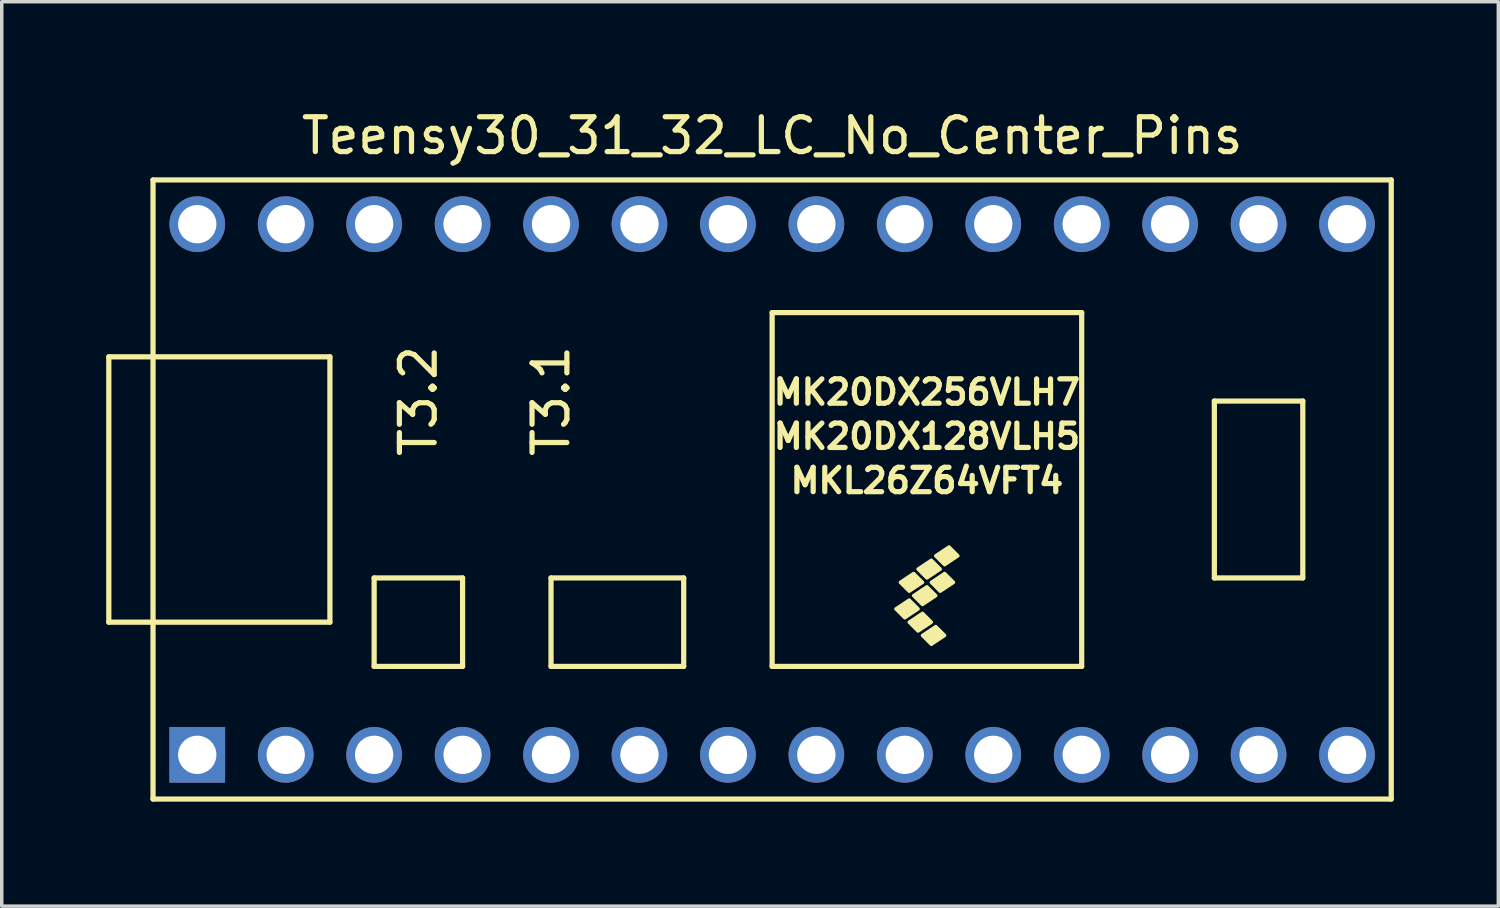
<source format=kicad_pcb>
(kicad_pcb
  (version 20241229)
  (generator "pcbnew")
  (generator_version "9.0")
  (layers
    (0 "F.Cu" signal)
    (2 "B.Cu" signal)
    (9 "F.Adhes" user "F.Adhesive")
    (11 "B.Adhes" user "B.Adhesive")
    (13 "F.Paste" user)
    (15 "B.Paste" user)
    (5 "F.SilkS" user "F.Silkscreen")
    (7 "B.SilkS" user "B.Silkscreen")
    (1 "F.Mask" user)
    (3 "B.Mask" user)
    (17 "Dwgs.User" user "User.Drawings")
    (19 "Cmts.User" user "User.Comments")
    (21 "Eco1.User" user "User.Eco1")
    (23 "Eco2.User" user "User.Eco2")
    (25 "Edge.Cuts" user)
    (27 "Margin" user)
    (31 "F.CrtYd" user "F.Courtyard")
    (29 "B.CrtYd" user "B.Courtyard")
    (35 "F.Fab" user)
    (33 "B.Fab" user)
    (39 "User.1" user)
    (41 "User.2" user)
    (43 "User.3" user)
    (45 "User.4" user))
  (footprint "Teensy30_31_32_LC_No_Center_Pins"
    (layer "F.Cu")
    (at 19.125 11.008)
    (property "Reference" "Teensy30_31_32_LC_No_Center_Pins" (at 0 -10.16 0) (layer "F.SilkS") (effects (font (size 1 1) (thickness 0.15))))
    (attr through_hole)
    (fp_line (start -19.05 -3.81) (end -17.78 -3.81) (stroke (width 0.15) (type solid)) (layer "F.SilkS"))
    (fp_line (start -19.05 3.81) (end -19.05 -3.81) (stroke (width 0.15) (type solid)) (layer "F.SilkS"))
    (fp_line (start -17.78 -8.89) (end 17.78 -8.89) (stroke (width 0.15) (type solid)) (layer "F.SilkS"))
    (fp_line (start -17.78 3.81) (end -19.05 3.81) (stroke (width 0.15) (type solid)) (layer "F.SilkS"))
    (fp_line (start -17.78 8.89) (end -17.78 -8.89) (stroke (width 0.15) (type solid)) (layer "F.SilkS"))
    (fp_line (start -12.7 -3.81) (end -17.78 -3.81) (stroke (width 0.15) (type solid)) (layer "F.SilkS"))
    (fp_line (start -12.7 3.81) (end -17.78 3.81) (stroke (width 0.15) (type solid)) (layer "F.SilkS"))
    (fp_line (start -12.7 3.81) (end -12.7 -3.81) (stroke (width 0.15) (type solid)) (layer "F.SilkS"))
    (fp_line (start -11.43 2.54) (end -11.43 5.08) (stroke (width 0.15) (type solid)) (layer "F.SilkS"))
    (fp_line (start -11.43 5.08) (end -8.89 5.08) (stroke (width 0.15) (type solid)) (layer "F.SilkS"))
    (fp_line (start -8.89 2.54) (end -11.43 2.54) (stroke (width 0.15) (type solid)) (layer "F.SilkS"))
    (fp_line (start -8.89 5.08) (end -8.89 2.54) (stroke (width 0.15) (type solid)) (layer "F.SilkS"))
    (fp_line (start -6.35 2.54) (end -6.35 5.08) (stroke (width 0.15) (type solid)) (layer "F.SilkS"))
    (fp_line (start -6.35 5.08) (end -2.54 5.08) (stroke (width 0.15) (type solid)) (layer "F.SilkS"))
    (fp_line (start -2.54 2.54) (end -6.35 2.54) (stroke (width 0.15) (type solid)) (layer "F.SilkS"))
    (fp_line (start -2.54 5.08) (end -2.54 2.54) (stroke (width 0.15) (type solid)) (layer "F.SilkS"))
    (fp_line (start 0 -5.08) (end 0 5.08) (stroke (width 0.15) (type solid)) (layer "F.SilkS"))
    (fp_line (start 8.89 -5.08) (end 0 -5.08) (stroke (width 0.15) (type solid)) (layer "F.SilkS"))
    (fp_line (start 8.89 5.08) (end 0 5.08) (stroke (width 0.15) (type solid)) (layer "F.SilkS"))
    (fp_line (start 8.89 5.08) (end 8.89 -5.08) (stroke (width 0.15) (type solid)) (layer "F.SilkS"))
    (fp_line (start 12.7 -2.54) (end 15.24 -2.54) (stroke (width 0.15) (type solid)) (layer "F.SilkS"))
    (fp_line (start 12.7 2.54) (end 12.7 -2.54) (stroke (width 0.15) (type solid)) (layer "F.SilkS"))
    (fp_line (start 15.24 -2.54) (end 15.24 2.54) (stroke (width 0.15) (type solid)) (layer "F.SilkS"))
    (fp_line (start 15.24 2.54) (end 12.7 2.54) (stroke (width 0.15) (type solid)) (layer "F.SilkS"))
    (fp_line (start 17.78 -8.89) (end 17.78 8.89) (stroke (width 0.15) (type solid)) (layer "F.SilkS"))
    (fp_line (start 17.78 8.89) (end -17.78 8.89) (stroke (width 0.15) (type solid)) (layer "F.SilkS"))
    (fp_poly (pts (xy 3.81 3.683) (xy 3.556 3.429) (xy 3.937 3.175) (xy 4.191 3.429)) (stroke (width 0.1) (type solid)) (fill yes) (layer "F.SilkS"))
    (fp_poly (pts (xy 3.937 2.921) (xy 3.683 2.667) (xy 4.064 2.413) (xy 4.318 2.667)) (stroke (width 0.1) (type solid)) (fill yes) (layer "F.SilkS"))
    (fp_poly (pts (xy 4.191 4.064) (xy 3.937 3.81) (xy 4.318 3.556) (xy 4.572 3.81)) (stroke (width 0.1) (type solid)) (fill yes) (layer "F.SilkS"))
    (fp_poly (pts (xy 4.318 3.302) (xy 4.064 3.048) (xy 4.445 2.794) (xy 4.699 3.048)) (stroke (width 0.1) (type solid)) (fill yes) (layer "F.SilkS"))
    (fp_poly (pts (xy 4.445 2.54) (xy 4.191 2.286) (xy 4.572 2.032) (xy 4.826 2.286)) (stroke (width 0.1) (type solid)) (fill yes) (layer "F.SilkS"))
    (fp_poly (pts (xy 4.572 4.445) (xy 4.318 4.191) (xy 4.699 3.937) (xy 4.953 4.191)) (stroke (width 0.1) (type solid)) (fill yes) (layer "F.SilkS"))
    (fp_poly (pts (xy 4.826 2.921) (xy 4.572 2.667) (xy 4.953 2.413) (xy 5.207 2.667)) (stroke (width 0.1) (type solid)) (fill yes) (layer "F.SilkS"))
    (fp_poly (pts (xy 4.953 2.159) (xy 4.699 1.905) (xy 5.08 1.651) (xy 5.334 1.905)) (stroke (width 0.1) (type solid)) (fill yes) (layer "F.SilkS"))
    (fp_text user "T3.1" (at -6.35 -2.54 270) (layer "F.SilkS") (effects (font (size 1 1) (thickness 0.15))))
    (fp_text user "MKL26Z64VFT4" (at 4.445 -0.254 0) (layer "F.SilkS") (effects (font (size 0.7 0.7) (thickness 0.15))))
    (fp_text user "MK20DX256VLH7" (at 4.445 -2.794 0) (layer "F.SilkS") (effects (font (size 0.7 0.7) (thickness 0.15))))
    (fp_text user "MK20DX128VLH5" (at 4.445 -1.524 0) (layer "F.SilkS") (effects (font (size 0.7 0.7) (thickness 0.15))))
    (fp_text user "T3.2" (at -10.16 -2.54 270) (layer "F.SilkS") (effects (font (size 1 1) (thickness 0.15))))
    (pad "1" thru_hole rect (at -16.51 7.62) (size 1.6 1.6) (drill 1.1) (layers "*.Cu" "*.Mask"))
    (pad "2" thru_hole circle (at -13.97 7.62) (size 1.6 1.6) (drill 1.1) (layers "*.Cu" "*.Mask"))
    (pad "3" thru_hole circle (at -11.43 7.62) (size 1.6 1.6) (drill 1.1) (layers "*.Cu" "*.Mask"))
    (pad "4" thru_hole circle (at -8.89 7.62) (size 1.6 1.6) (drill 1.1) (layers "*.Cu" "*.Mask"))
    (pad "5" thru_hole circle (at -6.35 7.62) (size 1.6 1.6) (drill 1.1) (layers "*.Cu" "*.Mask"))
    (pad "6" thru_hole circle (at -3.81 7.62) (size 1.6 1.6) (drill 1.1) (layers "*.Cu" "*.Mask"))
    (pad "7" thru_hole circle (at -1.27 7.62) (size 1.6 1.6) (drill 1.1) (layers "*.Cu" "*.Mask"))
    (pad "8" thru_hole circle (at 1.27 7.62) (size 1.6 1.6) (drill 1.1) (layers "*.Cu" "*.Mask"))
    (pad "9" thru_hole circle (at 3.81 7.62) (size 1.6 1.6) (drill 1.1) (layers "*.Cu" "*.Mask"))
    (pad "10" thru_hole circle (at 6.35 7.62) (size 1.6 1.6) (drill 1.1) (layers "*.Cu" "*.Mask"))
    (pad "11" thru_hole circle (at 8.89 7.62) (size 1.6 1.6) (drill 1.1) (layers "*.Cu" "*.Mask"))
    (pad "12" thru_hole circle (at 11.43 7.62) (size 1.6 1.6) (drill 1.1) (layers "*.Cu" "*.Mask"))
    (pad "13" thru_hole circle (at 13.97 7.62) (size 1.6 1.6) (drill 1.1) (layers "*.Cu" "*.Mask"))
    (pad "14" thru_hole circle (at 16.51 7.62) (size 1.6 1.6) (drill 1.1) (layers "*.Cu" "*.Mask"))
    (pad "20" thru_hole circle (at 16.51 -7.62) (size 1.6 1.6) (drill 1.1) (layers "*.Cu" "*.Mask"))
    (pad "21" thru_hole circle (at 13.97 -7.62) (size 1.6 1.6) (drill 1.1) (layers "*.Cu" "*.Mask"))
    (pad "22" thru_hole circle (at 11.43 -7.62) (size 1.6 1.6) (drill 1.1) (layers "*.Cu" "*.Mask"))
    (pad "23" thru_hole circle (at 8.89 -7.62) (size 1.6 1.6) (drill 1.1) (layers "*.Cu" "*.Mask"))
    (pad "24" thru_hole circle (at 6.35 -7.62) (size 1.6 1.6) (drill 1.1) (layers "*.Cu" "*.Mask"))
    (pad "25" thru_hole circle (at 3.81 -7.62) (size 1.6 1.6) (drill 1.1) (layers "*.Cu" "*.Mask"))
    (pad "26" thru_hole circle (at 1.27 -7.62) (size 1.6 1.6) (drill 1.1) (layers "*.Cu" "*.Mask"))
    (pad "27" thru_hole circle (at -1.27 -7.62) (size 1.6 1.6) (drill 1.1) (layers "*.Cu" "*.Mask"))
    (pad "28" thru_hole circle (at -3.81 -7.62) (size 1.6 1.6) (drill 1.1) (layers "*.Cu" "*.Mask"))
    (pad "29" thru_hole circle (at -6.35 -7.62) (size 1.6 1.6) (drill 1.1) (layers "*.Cu" "*.Mask"))
    (pad "30" thru_hole circle (at -8.89 -7.62) (size 1.6 1.6) (drill 1.1) (layers "*.Cu" "*.Mask"))
    (pad "31" thru_hole circle (at -11.43 -7.62) (size 1.6 1.6) (drill 1.1) (layers "*.Cu" "*.Mask"))
    (pad "32" thru_hole circle (at -13.97 -7.62) (size 1.6 1.6) (drill 1.1) (layers "*.Cu" "*.Mask"))
    (pad "33" thru_hole circle (at -16.51 -7.62) (size 1.6 1.6) (drill 1.1) (layers "*.Cu" "*.Mask")))
  (gr_rect
    (start -3 -3)
    (end 39.98 22.973)
    (stroke (width 0.1) (type default))
    (fill no)
    (layer "Edge.Cuts")))
</source>
